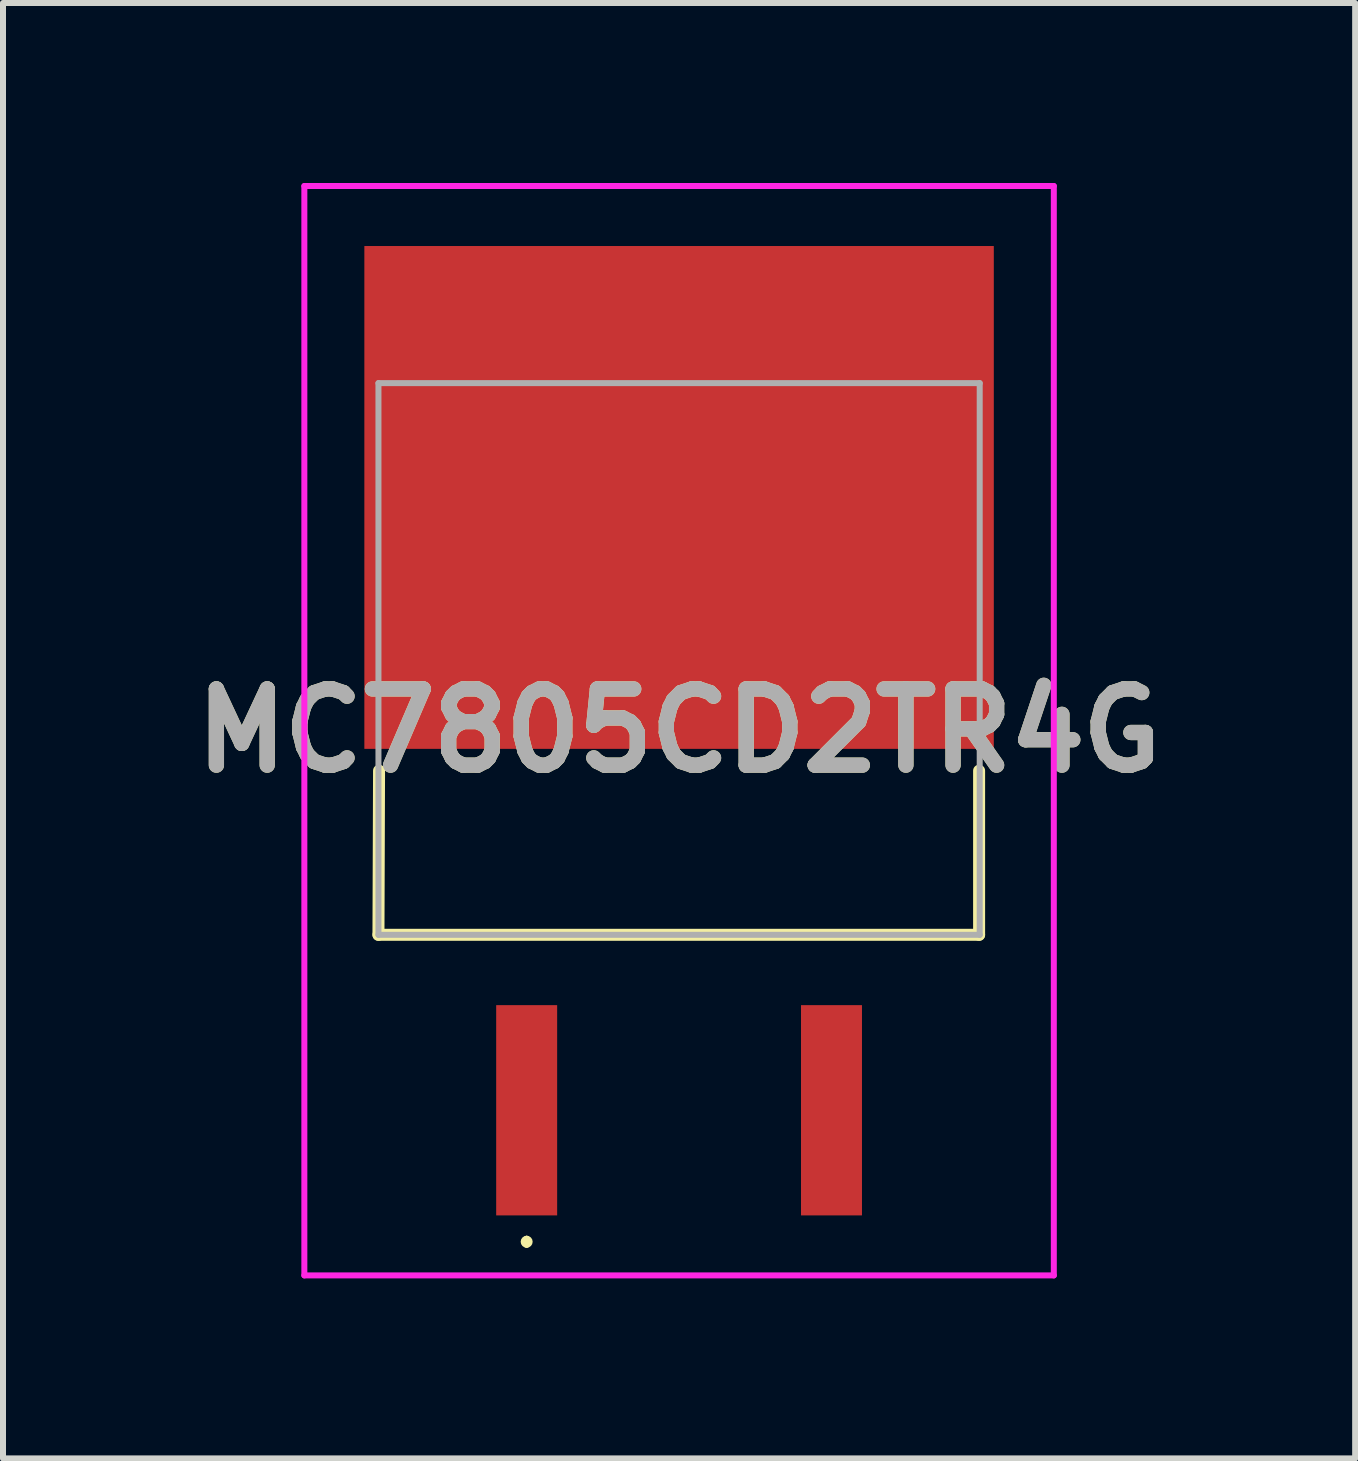
<source format=kicad_pcb>
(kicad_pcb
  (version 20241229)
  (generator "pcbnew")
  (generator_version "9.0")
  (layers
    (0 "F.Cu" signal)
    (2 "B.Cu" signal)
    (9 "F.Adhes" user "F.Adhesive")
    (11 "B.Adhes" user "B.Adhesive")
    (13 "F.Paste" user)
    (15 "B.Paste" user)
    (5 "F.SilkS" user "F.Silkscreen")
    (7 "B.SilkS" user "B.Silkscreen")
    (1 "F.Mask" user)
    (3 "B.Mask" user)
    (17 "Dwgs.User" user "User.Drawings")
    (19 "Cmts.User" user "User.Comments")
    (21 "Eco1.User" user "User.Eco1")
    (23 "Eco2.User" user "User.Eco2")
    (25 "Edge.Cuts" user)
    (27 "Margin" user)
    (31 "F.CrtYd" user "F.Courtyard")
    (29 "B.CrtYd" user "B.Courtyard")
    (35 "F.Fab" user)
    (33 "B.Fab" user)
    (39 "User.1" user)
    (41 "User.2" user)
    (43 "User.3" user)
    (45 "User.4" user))
  (footprint "MC7805CD2TR4G"
    (layer "F.Cu")
    (at 8.267 9.394)
    (property "Reference" "MC7805CD2TR4G" (at 0 -0.267 0) (layer "F.SilkS") (effects (font (size 1.27 1.27) (thickness 0.254))))
    (attr smd)
    (fp_line (start -5.01 3.135) (end 5 3.135) (stroke (width 0.2) (type solid)) (layer "F.SilkS"))
    (fp_line (start -5 0.4) (end -5.01 3.135) (stroke (width 0.2) (type solid)) (layer "F.SilkS"))
    (fp_line (start -2.54 8.2) (end -2.54 8.2) (stroke (width 0.1) (type solid)) (layer "F.SilkS"))
    (fp_line (start -2.54 8.3) (end -2.54 8.3) (stroke (width 0.1) (type solid)) (layer "F.SilkS"))
    (fp_line (start 5 3.135) (end 5 0.4) (stroke (width 0.2) (type solid)) (layer "F.SilkS"))
    (fp_arc (start -2.54 8.2) (mid -2.49 8.25) (end -2.54 8.3) (stroke (width 0.1) (type solid)) (layer "F.SilkS"))
    (fp_arc (start -2.54 8.3) (mid -2.59 8.25) (end -2.54 8.2) (stroke (width 0.1) (type solid)) (layer "F.SilkS"))
    (fp_line (start -6.245 -9.344) (end 6.245 -9.344) (stroke (width 0.1) (type solid)) (layer "F.CrtYd"))
    (fp_line (start -6.245 8.811) (end -6.245 -9.344) (stroke (width 0.1) (type solid)) (layer "F.CrtYd"))
    (fp_line (start 6.245 -9.344) (end 6.245 8.811) (stroke (width 0.1) (type solid)) (layer "F.CrtYd"))
    (fp_line (start 6.245 8.811) (end -6.245 8.811) (stroke (width 0.1) (type solid)) (layer "F.CrtYd"))
    (fp_line (start -5.01 -6.059) (end 5.01 -6.059) (stroke (width 0.1) (type solid)) (layer "F.Fab"))
    (fp_line (start -5.01 3.135) (end -5.01 -6.059) (stroke (width 0.1) (type solid)) (layer "F.Fab"))
    (fp_line (start 5.01 -6.059) (end 5.01 3.135) (stroke (width 0.1) (type solid)) (layer "F.Fab"))
    (fp_line (start 5.01 3.135) (end -5.01 3.135) (stroke (width 0.1) (type solid)) (layer "F.Fab"))
    (fp_text user "${REFERENCE}" (at 0 -0.267 0) (layer "F.Fab") (effects (font (size 1.27 1.27) (thickness 0.254))))
    (pad "1" smd rect (at -2.54 6.059) (size 1.016 3.504) (layers "F.Cu" "F.Mask" "F.Paste"))
    (pad "2" smd rect (at 0 -4.154 90) (size 8.38 10.49) (layers "F.Cu" "F.Mask" "F.Paste"))
    (pad "3" smd rect (at 2.54 6.059) (size 1.016 3.504) (layers "F.Cu" "F.Mask" "F.Paste")))
  (gr_rect
    (start -3 -3)
    (end 19.534 21.255)
    (stroke (width 0.1) (type default))
    (fill no)
    (layer "Edge.Cuts")))
</source>
